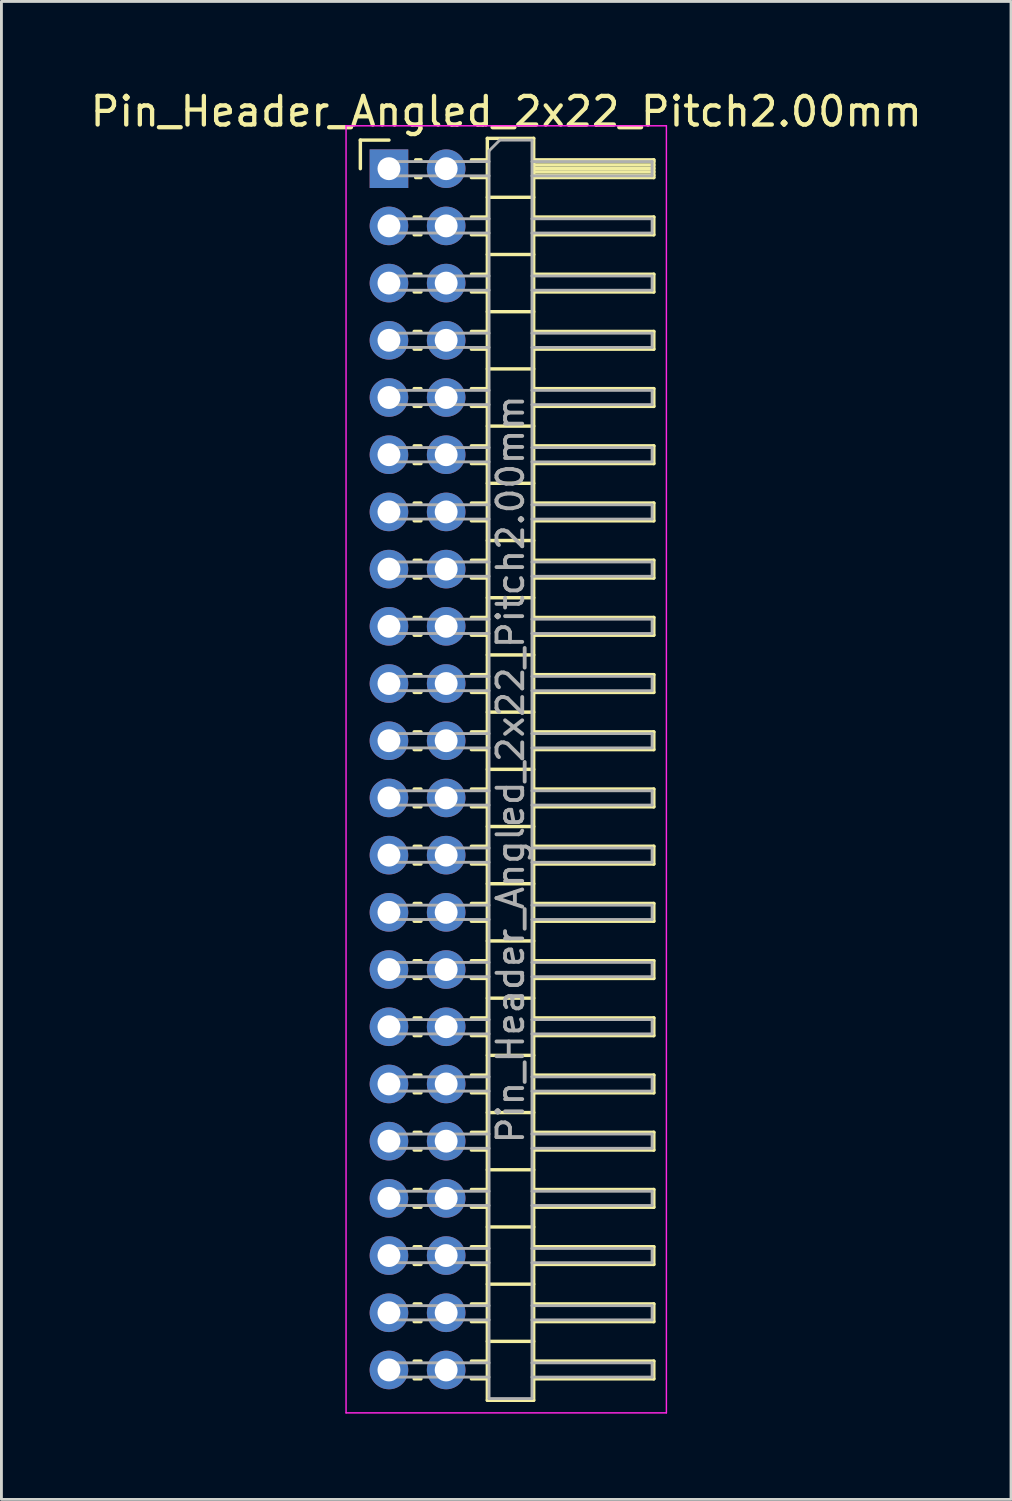
<source format=kicad_pcb>
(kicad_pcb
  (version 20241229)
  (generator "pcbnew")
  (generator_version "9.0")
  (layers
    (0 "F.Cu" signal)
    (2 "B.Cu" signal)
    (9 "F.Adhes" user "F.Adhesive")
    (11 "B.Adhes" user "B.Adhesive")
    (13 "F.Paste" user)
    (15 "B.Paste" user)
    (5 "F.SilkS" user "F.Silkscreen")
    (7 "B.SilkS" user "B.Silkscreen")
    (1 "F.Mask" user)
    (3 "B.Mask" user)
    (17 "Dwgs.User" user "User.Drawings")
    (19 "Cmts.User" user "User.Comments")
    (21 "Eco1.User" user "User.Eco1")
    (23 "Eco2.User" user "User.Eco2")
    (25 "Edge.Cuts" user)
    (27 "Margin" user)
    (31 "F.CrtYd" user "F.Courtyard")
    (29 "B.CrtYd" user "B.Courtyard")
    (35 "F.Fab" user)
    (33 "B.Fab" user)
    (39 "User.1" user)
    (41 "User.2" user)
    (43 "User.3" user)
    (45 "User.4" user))
  (footprint "Pin_Header_Angled_2x22_Pitch2.00mm"
    (layer "F.Cu")
    (at 10.549 2.848)
    (property "Reference" "Pin_Header_Angled_2x22_Pitch2.00mm" (at 4.1 -2 0) (layer "F.SilkS") (effects (font (size 1 1) (thickness 0.15))))
    (attr through_hole)
    (fp_line (start -1 -1) (end 0 -1) (stroke (width 0.12) (type solid)) (layer "F.SilkS"))
    (fp_line (start -1 0) (end -1 -1) (stroke (width 0.12) (type solid)) (layer "F.SilkS"))
    (fp_line (start 0.882 1.69) (end 1.118 1.69) (stroke (width 0.12) (type solid)) (layer "F.SilkS"))
    (fp_line (start 0.882 2.31) (end 1.118 2.31) (stroke (width 0.12) (type solid)) (layer "F.SilkS"))
    (fp_line (start 0.882 3.69) (end 1.118 3.69) (stroke (width 0.12) (type solid)) (layer "F.SilkS"))
    (fp_line (start 0.882 4.31) (end 1.118 4.31) (stroke (width 0.12) (type solid)) (layer "F.SilkS"))
    (fp_line (start 0.882 5.69) (end 1.118 5.69) (stroke (width 0.12) (type solid)) (layer "F.SilkS"))
    (fp_line (start 0.882 6.31) (end 1.118 6.31) (stroke (width 0.12) (type solid)) (layer "F.SilkS"))
    (fp_line (start 0.882 7.69) (end 1.118 7.69) (stroke (width 0.12) (type solid)) (layer "F.SilkS"))
    (fp_line (start 0.882 8.31) (end 1.118 8.31) (stroke (width 0.12) (type solid)) (layer "F.SilkS"))
    (fp_line (start 0.882 9.69) (end 1.118 9.69) (stroke (width 0.12) (type solid)) (layer "F.SilkS"))
    (fp_line (start 0.882 10.31) (end 1.118 10.31) (stroke (width 0.12) (type solid)) (layer "F.SilkS"))
    (fp_line (start 0.882 11.69) (end 1.118 11.69) (stroke (width 0.12) (type solid)) (layer "F.SilkS"))
    (fp_line (start 0.882 12.31) (end 1.118 12.31) (stroke (width 0.12) (type solid)) (layer "F.SilkS"))
    (fp_line (start 0.882 13.69) (end 1.118 13.69) (stroke (width 0.12) (type solid)) (layer "F.SilkS"))
    (fp_line (start 0.882 14.31) (end 1.118 14.31) (stroke (width 0.12) (type solid)) (layer "F.SilkS"))
    (fp_line (start 0.882 15.69) (end 1.118 15.69) (stroke (width 0.12) (type solid)) (layer "F.SilkS"))
    (fp_line (start 0.882 16.31) (end 1.118 16.31) (stroke (width 0.12) (type solid)) (layer "F.SilkS"))
    (fp_line (start 0.882 17.69) (end 1.118 17.69) (stroke (width 0.12) (type solid)) (layer "F.SilkS"))
    (fp_line (start 0.882 18.31) (end 1.118 18.31) (stroke (width 0.12) (type solid)) (layer "F.SilkS"))
    (fp_line (start 0.882 19.69) (end 1.118 19.69) (stroke (width 0.12) (type solid)) (layer "F.SilkS"))
    (fp_line (start 0.882 20.31) (end 1.118 20.31) (stroke (width 0.12) (type solid)) (layer "F.SilkS"))
    (fp_line (start 0.882 21.69) (end 1.118 21.69) (stroke (width 0.12) (type solid)) (layer "F.SilkS"))
    (fp_line (start 0.882 22.31) (end 1.118 22.31) (stroke (width 0.12) (type solid)) (layer "F.SilkS"))
    (fp_line (start 0.882 23.69) (end 1.118 23.69) (stroke (width 0.12) (type solid)) (layer "F.SilkS"))
    (fp_line (start 0.882 24.31) (end 1.118 24.31) (stroke (width 0.12) (type solid)) (layer "F.SilkS"))
    (fp_line (start 0.882 25.69) (end 1.118 25.69) (stroke (width 0.12) (type solid)) (layer "F.SilkS"))
    (fp_line (start 0.882 26.31) (end 1.118 26.31) (stroke (width 0.12) (type solid)) (layer "F.SilkS"))
    (fp_line (start 0.882 27.69) (end 1.118 27.69) (stroke (width 0.12) (type solid)) (layer "F.SilkS"))
    (fp_line (start 0.882 28.31) (end 1.118 28.31) (stroke (width 0.12) (type solid)) (layer "F.SilkS"))
    (fp_line (start 0.882 29.69) (end 1.118 29.69) (stroke (width 0.12) (type solid)) (layer "F.SilkS"))
    (fp_line (start 0.882 30.31) (end 1.118 30.31) (stroke (width 0.12) (type solid)) (layer "F.SilkS"))
    (fp_line (start 0.882 31.69) (end 1.118 31.69) (stroke (width 0.12) (type solid)) (layer "F.SilkS"))
    (fp_line (start 0.882 32.31) (end 1.118 32.31) (stroke (width 0.12) (type solid)) (layer "F.SilkS"))
    (fp_line (start 0.882 33.69) (end 1.118 33.69) (stroke (width 0.12) (type solid)) (layer "F.SilkS"))
    (fp_line (start 0.882 34.31) (end 1.118 34.31) (stroke (width 0.12) (type solid)) (layer "F.SilkS"))
    (fp_line (start 0.882 35.69) (end 1.118 35.69) (stroke (width 0.12) (type solid)) (layer "F.SilkS"))
    (fp_line (start 0.882 36.31) (end 1.118 36.31) (stroke (width 0.12) (type solid)) (layer "F.SilkS"))
    (fp_line (start 0.882 37.69) (end 1.118 37.69) (stroke (width 0.12) (type solid)) (layer "F.SilkS"))
    (fp_line (start 0.882 38.31) (end 1.118 38.31) (stroke (width 0.12) (type solid)) (layer "F.SilkS"))
    (fp_line (start 0.882 39.69) (end 1.118 39.69) (stroke (width 0.12) (type solid)) (layer "F.SilkS"))
    (fp_line (start 0.882 40.31) (end 1.118 40.31) (stroke (width 0.12) (type solid)) (layer "F.SilkS"))
    (fp_line (start 0.882 41.69) (end 1.118 41.69) (stroke (width 0.12) (type solid)) (layer "F.SilkS"))
    (fp_line (start 0.882 42.31) (end 1.118 42.31) (stroke (width 0.12) (type solid)) (layer "F.SilkS"))
    (fp_line (start 0.935 -0.31) (end 1.118 -0.31) (stroke (width 0.12) (type solid)) (layer "F.SilkS"))
    (fp_line (start 0.935 0.31) (end 1.118 0.31) (stroke (width 0.12) (type solid)) (layer "F.SilkS"))
    (fp_line (start 2.882 -0.31) (end 3.44 -0.31) (stroke (width 0.12) (type solid)) (layer "F.SilkS"))
    (fp_line (start 2.882 0.31) (end 3.44 0.31) (stroke (width 0.12) (type solid)) (layer "F.SilkS"))
    (fp_line (start 2.882 1.69) (end 3.44 1.69) (stroke (width 0.12) (type solid)) (layer "F.SilkS"))
    (fp_line (start 2.882 2.31) (end 3.44 2.31) (stroke (width 0.12) (type solid)) (layer "F.SilkS"))
    (fp_line (start 2.882 3.69) (end 3.44 3.69) (stroke (width 0.12) (type solid)) (layer "F.SilkS"))
    (fp_line (start 2.882 4.31) (end 3.44 4.31) (stroke (width 0.12) (type solid)) (layer "F.SilkS"))
    (fp_line (start 2.882 5.69) (end 3.44 5.69) (stroke (width 0.12) (type solid)) (layer "F.SilkS"))
    (fp_line (start 2.882 6.31) (end 3.44 6.31) (stroke (width 0.12) (type solid)) (layer "F.SilkS"))
    (fp_line (start 2.882 7.69) (end 3.44 7.69) (stroke (width 0.12) (type solid)) (layer "F.SilkS"))
    (fp_line (start 2.882 8.31) (end 3.44 8.31) (stroke (width 0.12) (type solid)) (layer "F.SilkS"))
    (fp_line (start 2.882 9.69) (end 3.44 9.69) (stroke (width 0.12) (type solid)) (layer "F.SilkS"))
    (fp_line (start 2.882 10.31) (end 3.44 10.31) (stroke (width 0.12) (type solid)) (layer "F.SilkS"))
    (fp_line (start 2.882 11.69) (end 3.44 11.69) (stroke (width 0.12) (type solid)) (layer "F.SilkS"))
    (fp_line (start 2.882 12.31) (end 3.44 12.31) (stroke (width 0.12) (type solid)) (layer "F.SilkS"))
    (fp_line (start 2.882 13.69) (end 3.44 13.69) (stroke (width 0.12) (type solid)) (layer "F.SilkS"))
    (fp_line (start 2.882 14.31) (end 3.44 14.31) (stroke (width 0.12) (type solid)) (layer "F.SilkS"))
    (fp_line (start 2.882 15.69) (end 3.44 15.69) (stroke (width 0.12) (type solid)) (layer "F.SilkS"))
    (fp_line (start 2.882 16.31) (end 3.44 16.31) (stroke (width 0.12) (type solid)) (layer "F.SilkS"))
    (fp_line (start 2.882 17.69) (end 3.44 17.69) (stroke (width 0.12) (type solid)) (layer "F.SilkS"))
    (fp_line (start 2.882 18.31) (end 3.44 18.31) (stroke (width 0.12) (type solid)) (layer "F.SilkS"))
    (fp_line (start 2.882 19.69) (end 3.44 19.69) (stroke (width 0.12) (type solid)) (layer "F.SilkS"))
    (fp_line (start 2.882 20.31) (end 3.44 20.31) (stroke (width 0.12) (type solid)) (layer "F.SilkS"))
    (fp_line (start 2.882 21.69) (end 3.44 21.69) (stroke (width 0.12) (type solid)) (layer "F.SilkS"))
    (fp_line (start 2.882 22.31) (end 3.44 22.31) (stroke (width 0.12) (type solid)) (layer "F.SilkS"))
    (fp_line (start 2.882 23.69) (end 3.44 23.69) (stroke (width 0.12) (type solid)) (layer "F.SilkS"))
    (fp_line (start 2.882 24.31) (end 3.44 24.31) (stroke (width 0.12) (type solid)) (layer "F.SilkS"))
    (fp_line (start 2.882 25.69) (end 3.44 25.69) (stroke (width 0.12) (type solid)) (layer "F.SilkS"))
    (fp_line (start 2.882 26.31) (end 3.44 26.31) (stroke (width 0.12) (type solid)) (layer "F.SilkS"))
    (fp_line (start 2.882 27.69) (end 3.44 27.69) (stroke (width 0.12) (type solid)) (layer "F.SilkS"))
    (fp_line (start 2.882 28.31) (end 3.44 28.31) (stroke (width 0.12) (type solid)) (layer "F.SilkS"))
    (fp_line (start 2.882 29.69) (end 3.44 29.69) (stroke (width 0.12) (type solid)) (layer "F.SilkS"))
    (fp_line (start 2.882 30.31) (end 3.44 30.31) (stroke (width 0.12) (type solid)) (layer "F.SilkS"))
    (fp_line (start 2.882 31.69) (end 3.44 31.69) (stroke (width 0.12) (type solid)) (layer "F.SilkS"))
    (fp_line (start 2.882 32.31) (end 3.44 32.31) (stroke (width 0.12) (type solid)) (layer "F.SilkS"))
    (fp_line (start 2.882 33.69) (end 3.44 33.69) (stroke (width 0.12) (type solid)) (layer "F.SilkS"))
    (fp_line (start 2.882 34.31) (end 3.44 34.31) (stroke (width 0.12) (type solid)) (layer "F.SilkS"))
    (fp_line (start 2.882 35.69) (end 3.44 35.69) (stroke (width 0.12) (type solid)) (layer "F.SilkS"))
    (fp_line (start 2.882 36.31) (end 3.44 36.31) (stroke (width 0.12) (type solid)) (layer "F.SilkS"))
    (fp_line (start 2.882 37.69) (end 3.44 37.69) (stroke (width 0.12) (type solid)) (layer "F.SilkS"))
    (fp_line (start 2.882 38.31) (end 3.44 38.31) (stroke (width 0.12) (type solid)) (layer "F.SilkS"))
    (fp_line (start 2.882 39.69) (end 3.44 39.69) (stroke (width 0.12) (type solid)) (layer "F.SilkS"))
    (fp_line (start 2.882 40.31) (end 3.44 40.31) (stroke (width 0.12) (type solid)) (layer "F.SilkS"))
    (fp_line (start 2.882 41.69) (end 3.44 41.69) (stroke (width 0.12) (type solid)) (layer "F.SilkS"))
    (fp_line (start 2.882 42.31) (end 3.44 42.31) (stroke (width 0.12) (type solid)) (layer "F.SilkS"))
    (fp_line (start 3.44 -1.06) (end 3.44 43.06) (stroke (width 0.12) (type solid)) (layer "F.SilkS"))
    (fp_line (start 3.44 1) (end 5.06 1) (stroke (width 0.12) (type solid)) (layer "F.SilkS"))
    (fp_line (start 3.44 3) (end 5.06 3) (stroke (width 0.12) (type solid)) (layer "F.SilkS"))
    (fp_line (start 3.44 5) (end 5.06 5) (stroke (width 0.12) (type solid)) (layer "F.SilkS"))
    (fp_line (start 3.44 7) (end 5.06 7) (stroke (width 0.12) (type solid)) (layer "F.SilkS"))
    (fp_line (start 3.44 9) (end 5.06 9) (stroke (width 0.12) (type solid)) (layer "F.SilkS"))
    (fp_line (start 3.44 11) (end 5.06 11) (stroke (width 0.12) (type solid)) (layer "F.SilkS"))
    (fp_line (start 3.44 13) (end 5.06 13) (stroke (width 0.12) (type solid)) (layer "F.SilkS"))
    (fp_line (start 3.44 15) (end 5.06 15) (stroke (width 0.12) (type solid)) (layer "F.SilkS"))
    (fp_line (start 3.44 17) (end 5.06 17) (stroke (width 0.12) (type solid)) (layer "F.SilkS"))
    (fp_line (start 3.44 19) (end 5.06 19) (stroke (width 0.12) (type solid)) (layer "F.SilkS"))
    (fp_line (start 3.44 21) (end 5.06 21) (stroke (width 0.12) (type solid)) (layer "F.SilkS"))
    (fp_line (start 3.44 23) (end 5.06 23) (stroke (width 0.12) (type solid)) (layer "F.SilkS"))
    (fp_line (start 3.44 25) (end 5.06 25) (stroke (width 0.12) (type solid)) (layer "F.SilkS"))
    (fp_line (start 3.44 27) (end 5.06 27) (stroke (width 0.12) (type solid)) (layer "F.SilkS"))
    (fp_line (start 3.44 29) (end 5.06 29) (stroke (width 0.12) (type solid)) (layer "F.SilkS"))
    (fp_line (start 3.44 31) (end 5.06 31) (stroke (width 0.12) (type solid)) (layer "F.SilkS"))
    (fp_line (start 3.44 33) (end 5.06 33) (stroke (width 0.12) (type solid)) (layer "F.SilkS"))
    (fp_line (start 3.44 35) (end 5.06 35) (stroke (width 0.12) (type solid)) (layer "F.SilkS"))
    (fp_line (start 3.44 37) (end 5.06 37) (stroke (width 0.12) (type solid)) (layer "F.SilkS"))
    (fp_line (start 3.44 39) (end 5.06 39) (stroke (width 0.12) (type solid)) (layer "F.SilkS"))
    (fp_line (start 3.44 41) (end 5.06 41) (stroke (width 0.12) (type solid)) (layer "F.SilkS"))
    (fp_line (start 3.44 43.06) (end 5.06 43.06) (stroke (width 0.12) (type solid)) (layer "F.SilkS"))
    (fp_line (start 5.06 -1.06) (end 3.44 -1.06) (stroke (width 0.12) (type solid)) (layer "F.SilkS"))
    (fp_line (start 5.06 -0.31) (end 9.26 -0.31) (stroke (width 0.12) (type solid)) (layer "F.SilkS"))
    (fp_line (start 5.06 -0.25) (end 9.26 -0.25) (stroke (width 0.12) (type solid)) (layer "F.SilkS"))
    (fp_line (start 5.06 -0.13) (end 9.26 -0.13) (stroke (width 0.12) (type solid)) (layer "F.SilkS"))
    (fp_line (start 5.06 -0.01) (end 9.26 -0.01) (stroke (width 0.12) (type solid)) (layer "F.SilkS"))
    (fp_line (start 5.06 0.11) (end 9.26 0.11) (stroke (width 0.12) (type solid)) (layer "F.SilkS"))
    (fp_line (start 5.06 0.23) (end 9.26 0.23) (stroke (width 0.12) (type solid)) (layer "F.SilkS"))
    (fp_line (start 5.06 1.69) (end 9.26 1.69) (stroke (width 0.12) (type solid)) (layer "F.SilkS"))
    (fp_line (start 5.06 3.69) (end 9.26 3.69) (stroke (width 0.12) (type solid)) (layer "F.SilkS"))
    (fp_line (start 5.06 5.69) (end 9.26 5.69) (stroke (width 0.12) (type solid)) (layer "F.SilkS"))
    (fp_line (start 5.06 7.69) (end 9.26 7.69) (stroke (width 0.12) (type solid)) (layer "F.SilkS"))
    (fp_line (start 5.06 9.69) (end 9.26 9.69) (stroke (width 0.12) (type solid)) (layer "F.SilkS"))
    (fp_line (start 5.06 11.69) (end 9.26 11.69) (stroke (width 0.12) (type solid)) (layer "F.SilkS"))
    (fp_line (start 5.06 13.69) (end 9.26 13.69) (stroke (width 0.12) (type solid)) (layer "F.SilkS"))
    (fp_line (start 5.06 15.69) (end 9.26 15.69) (stroke (width 0.12) (type solid)) (layer "F.SilkS"))
    (fp_line (start 5.06 17.69) (end 9.26 17.69) (stroke (width 0.12) (type solid)) (layer "F.SilkS"))
    (fp_line (start 5.06 19.69) (end 9.26 19.69) (stroke (width 0.12) (type solid)) (layer "F.SilkS"))
    (fp_line (start 5.06 21.69) (end 9.26 21.69) (stroke (width 0.12) (type solid)) (layer "F.SilkS"))
    (fp_line (start 5.06 23.69) (end 9.26 23.69) (stroke (width 0.12) (type solid)) (layer "F.SilkS"))
    (fp_line (start 5.06 25.69) (end 9.26 25.69) (stroke (width 0.12) (type solid)) (layer "F.SilkS"))
    (fp_line (start 5.06 27.69) (end 9.26 27.69) (stroke (width 0.12) (type solid)) (layer "F.SilkS"))
    (fp_line (start 5.06 29.69) (end 9.26 29.69) (stroke (width 0.12) (type solid)) (layer "F.SilkS"))
    (fp_line (start 5.06 31.69) (end 9.26 31.69) (stroke (width 0.12) (type solid)) (layer "F.SilkS"))
    (fp_line (start 5.06 33.69) (end 9.26 33.69) (stroke (width 0.12) (type solid)) (layer "F.SilkS"))
    (fp_line (start 5.06 35.69) (end 9.26 35.69) (stroke (width 0.12) (type solid)) (layer "F.SilkS"))
    (fp_line (start 5.06 37.69) (end 9.26 37.69) (stroke (width 0.12) (type solid)) (layer "F.SilkS"))
    (fp_line (start 5.06 39.69) (end 9.26 39.69) (stroke (width 0.12) (type solid)) (layer "F.SilkS"))
    (fp_line (start 5.06 41.69) (end 9.26 41.69) (stroke (width 0.12) (type solid)) (layer "F.SilkS"))
    (fp_line (start 5.06 43.06) (end 5.06 -1.06) (stroke (width 0.12) (type solid)) (layer "F.SilkS"))
    (fp_line (start 9.26 -0.31) (end 9.26 0.31) (stroke (width 0.12) (type solid)) (layer "F.SilkS"))
    (fp_line (start 9.26 0.31) (end 5.06 0.31) (stroke (width 0.12) (type solid)) (layer "F.SilkS"))
    (fp_line (start 9.26 1.69) (end 9.26 2.31) (stroke (width 0.12) (type solid)) (layer "F.SilkS"))
    (fp_line (start 9.26 2.31) (end 5.06 2.31) (stroke (width 0.12) (type solid)) (layer "F.SilkS"))
    (fp_line (start 9.26 3.69) (end 9.26 4.31) (stroke (width 0.12) (type solid)) (layer "F.SilkS"))
    (fp_line (start 9.26 4.31) (end 5.06 4.31) (stroke (width 0.12) (type solid)) (layer "F.SilkS"))
    (fp_line (start 9.26 5.69) (end 9.26 6.31) (stroke (width 0.12) (type solid)) (layer "F.SilkS"))
    (fp_line (start 9.26 6.31) (end 5.06 6.31) (stroke (width 0.12) (type solid)) (layer "F.SilkS"))
    (fp_line (start 9.26 7.69) (end 9.26 8.31) (stroke (width 0.12) (type solid)) (layer "F.SilkS"))
    (fp_line (start 9.26 8.31) (end 5.06 8.31) (stroke (width 0.12) (type solid)) (layer "F.SilkS"))
    (fp_line (start 9.26 9.69) (end 9.26 10.31) (stroke (width 0.12) (type solid)) (layer "F.SilkS"))
    (fp_line (start 9.26 10.31) (end 5.06 10.31) (stroke (width 0.12) (type solid)) (layer "F.SilkS"))
    (fp_line (start 9.26 11.69) (end 9.26 12.31) (stroke (width 0.12) (type solid)) (layer "F.SilkS"))
    (fp_line (start 9.26 12.31) (end 5.06 12.31) (stroke (width 0.12) (type solid)) (layer "F.SilkS"))
    (fp_line (start 9.26 13.69) (end 9.26 14.31) (stroke (width 0.12) (type solid)) (layer "F.SilkS"))
    (fp_line (start 9.26 14.31) (end 5.06 14.31) (stroke (width 0.12) (type solid)) (layer "F.SilkS"))
    (fp_line (start 9.26 15.69) (end 9.26 16.31) (stroke (width 0.12) (type solid)) (layer "F.SilkS"))
    (fp_line (start 9.26 16.31) (end 5.06 16.31) (stroke (width 0.12) (type solid)) (layer "F.SilkS"))
    (fp_line (start 9.26 17.69) (end 9.26 18.31) (stroke (width 0.12) (type solid)) (layer "F.SilkS"))
    (fp_line (start 9.26 18.31) (end 5.06 18.31) (stroke (width 0.12) (type solid)) (layer "F.SilkS"))
    (fp_line (start 9.26 19.69) (end 9.26 20.31) (stroke (width 0.12) (type solid)) (layer "F.SilkS"))
    (fp_line (start 9.26 20.31) (end 5.06 20.31) (stroke (width 0.12) (type solid)) (layer "F.SilkS"))
    (fp_line (start 9.26 21.69) (end 9.26 22.31) (stroke (width 0.12) (type solid)) (layer "F.SilkS"))
    (fp_line (start 9.26 22.31) (end 5.06 22.31) (stroke (width 0.12) (type solid)) (layer "F.SilkS"))
    (fp_line (start 9.26 23.69) (end 9.26 24.31) (stroke (width 0.12) (type solid)) (layer "F.SilkS"))
    (fp_line (start 9.26 24.31) (end 5.06 24.31) (stroke (width 0.12) (type solid)) (layer "F.SilkS"))
    (fp_line (start 9.26 25.69) (end 9.26 26.31) (stroke (width 0.12) (type solid)) (layer "F.SilkS"))
    (fp_line (start 9.26 26.31) (end 5.06 26.31) (stroke (width 0.12) (type solid)) (layer "F.SilkS"))
    (fp_line (start 9.26 27.69) (end 9.26 28.31) (stroke (width 0.12) (type solid)) (layer "F.SilkS"))
    (fp_line (start 9.26 28.31) (end 5.06 28.31) (stroke (width 0.12) (type solid)) (layer "F.SilkS"))
    (fp_line (start 9.26 29.69) (end 9.26 30.31) (stroke (width 0.12) (type solid)) (layer "F.SilkS"))
    (fp_line (start 9.26 30.31) (end 5.06 30.31) (stroke (width 0.12) (type solid)) (layer "F.SilkS"))
    (fp_line (start 9.26 31.69) (end 9.26 32.31) (stroke (width 0.12) (type solid)) (layer "F.SilkS"))
    (fp_line (start 9.26 32.31) (end 5.06 32.31) (stroke (width 0.12) (type solid)) (layer "F.SilkS"))
    (fp_line (start 9.26 33.69) (end 9.26 34.31) (stroke (width 0.12) (type solid)) (layer "F.SilkS"))
    (fp_line (start 9.26 34.31) (end 5.06 34.31) (stroke (width 0.12) (type solid)) (layer "F.SilkS"))
    (fp_line (start 9.26 35.69) (end 9.26 36.31) (stroke (width 0.12) (type solid)) (layer "F.SilkS"))
    (fp_line (start 9.26 36.31) (end 5.06 36.31) (stroke (width 0.12) (type solid)) (layer "F.SilkS"))
    (fp_line (start 9.26 37.69) (end 9.26 38.31) (stroke (width 0.12) (type solid)) (layer "F.SilkS"))
    (fp_line (start 9.26 38.31) (end 5.06 38.31) (stroke (width 0.12) (type solid)) (layer "F.SilkS"))
    (fp_line (start 9.26 39.69) (end 9.26 40.31) (stroke (width 0.12) (type solid)) (layer "F.SilkS"))
    (fp_line (start 9.26 40.31) (end 5.06 40.31) (stroke (width 0.12) (type solid)) (layer "F.SilkS"))
    (fp_line (start 9.26 41.69) (end 9.26 42.31) (stroke (width 0.12) (type solid)) (layer "F.SilkS"))
    (fp_line (start 9.26 42.31) (end 5.06 42.31) (stroke (width 0.12) (type solid)) (layer "F.SilkS"))
    (fp_line (start -1.5 -1.5) (end -1.5 43.5) (stroke (width 0.05) (type solid)) (layer "F.CrtYd"))
    (fp_line (start -1.5 43.5) (end 9.7 43.5) (stroke (width 0.05) (type solid)) (layer "F.CrtYd"))
    (fp_line (start 9.7 -1.5) (end -1.5 -1.5) (stroke (width 0.05) (type solid)) (layer "F.CrtYd"))
    (fp_line (start 9.7 43.5) (end 9.7 -1.5) (stroke (width 0.05) (type solid)) (layer "F.CrtYd"))
    (fp_line (start -0.25 -0.25) (end -0.25 0.25) (stroke (width 0.1) (type solid)) (layer "F.Fab"))
    (fp_line (start -0.25 -0.25) (end 3.5 -0.25) (stroke (width 0.1) (type solid)) (layer "F.Fab"))
    (fp_line (start -0.25 0.25) (end 3.5 0.25) (stroke (width 0.1) (type solid)) (layer "F.Fab"))
    (fp_line (start -0.25 1.75) (end -0.25 2.25) (stroke (width 0.1) (type solid)) (layer "F.Fab"))
    (fp_line (start -0.25 1.75) (end 3.5 1.75) (stroke (width 0.1) (type solid)) (layer "F.Fab"))
    (fp_line (start -0.25 2.25) (end 3.5 2.25) (stroke (width 0.1) (type solid)) (layer "F.Fab"))
    (fp_line (start -0.25 3.75) (end -0.25 4.25) (stroke (width 0.1) (type solid)) (layer "F.Fab"))
    (fp_line (start -0.25 3.75) (end 3.5 3.75) (stroke (width 0.1) (type solid)) (layer "F.Fab"))
    (fp_line (start -0.25 4.25) (end 3.5 4.25) (stroke (width 0.1) (type solid)) (layer "F.Fab"))
    (fp_line (start -0.25 5.75) (end -0.25 6.25) (stroke (width 0.1) (type solid)) (layer "F.Fab"))
    (fp_line (start -0.25 5.75) (end 3.5 5.75) (stroke (width 0.1) (type solid)) (layer "F.Fab"))
    (fp_line (start -0.25 6.25) (end 3.5 6.25) (stroke (width 0.1) (type solid)) (layer "F.Fab"))
    (fp_line (start -0.25 7.75) (end -0.25 8.25) (stroke (width 0.1) (type solid)) (layer "F.Fab"))
    (fp_line (start -0.25 7.75) (end 3.5 7.75) (stroke (width 0.1) (type solid)) (layer "F.Fab"))
    (fp_line (start -0.25 8.25) (end 3.5 8.25) (stroke (width 0.1) (type solid)) (layer "F.Fab"))
    (fp_line (start -0.25 9.75) (end -0.25 10.25) (stroke (width 0.1) (type solid)) (layer "F.Fab"))
    (fp_line (start -0.25 9.75) (end 3.5 9.75) (stroke (width 0.1) (type solid)) (layer "F.Fab"))
    (fp_line (start -0.25 10.25) (end 3.5 10.25) (stroke (width 0.1) (type solid)) (layer "F.Fab"))
    (fp_line (start -0.25 11.75) (end -0.25 12.25) (stroke (width 0.1) (type solid)) (layer "F.Fab"))
    (fp_line (start -0.25 11.75) (end 3.5 11.75) (stroke (width 0.1) (type solid)) (layer "F.Fab"))
    (fp_line (start -0.25 12.25) (end 3.5 12.25) (stroke (width 0.1) (type solid)) (layer "F.Fab"))
    (fp_line (start -0.25 13.75) (end -0.25 14.25) (stroke (width 0.1) (type solid)) (layer "F.Fab"))
    (fp_line (start -0.25 13.75) (end 3.5 13.75) (stroke (width 0.1) (type solid)) (layer "F.Fab"))
    (fp_line (start -0.25 14.25) (end 3.5 14.25) (stroke (width 0.1) (type solid)) (layer "F.Fab"))
    (fp_line (start -0.25 15.75) (end -0.25 16.25) (stroke (width 0.1) (type solid)) (layer "F.Fab"))
    (fp_line (start -0.25 15.75) (end 3.5 15.75) (stroke (width 0.1) (type solid)) (layer "F.Fab"))
    (fp_line (start -0.25 16.25) (end 3.5 16.25) (stroke (width 0.1) (type solid)) (layer "F.Fab"))
    (fp_line (start -0.25 17.75) (end -0.25 18.25) (stroke (width 0.1) (type solid)) (layer "F.Fab"))
    (fp_line (start -0.25 17.75) (end 3.5 17.75) (stroke (width 0.1) (type solid)) (layer "F.Fab"))
    (fp_line (start -0.25 18.25) (end 3.5 18.25) (stroke (width 0.1) (type solid)) (layer "F.Fab"))
    (fp_line (start -0.25 19.75) (end -0.25 20.25) (stroke (width 0.1) (type solid)) (layer "F.Fab"))
    (fp_line (start -0.25 19.75) (end 3.5 19.75) (stroke (width 0.1) (type solid)) (layer "F.Fab"))
    (fp_line (start -0.25 20.25) (end 3.5 20.25) (stroke (width 0.1) (type solid)) (layer "F.Fab"))
    (fp_line (start -0.25 21.75) (end -0.25 22.25) (stroke (width 0.1) (type solid)) (layer "F.Fab"))
    (fp_line (start -0.25 21.75) (end 3.5 21.75) (stroke (width 0.1) (type solid)) (layer "F.Fab"))
    (fp_line (start -0.25 22.25) (end 3.5 22.25) (stroke (width 0.1) (type solid)) (layer "F.Fab"))
    (fp_line (start -0.25 23.75) (end -0.25 24.25) (stroke (width 0.1) (type solid)) (layer "F.Fab"))
    (fp_line (start -0.25 23.75) (end 3.5 23.75) (stroke (width 0.1) (type solid)) (layer "F.Fab"))
    (fp_line (start -0.25 24.25) (end 3.5 24.25) (stroke (width 0.1) (type solid)) (layer "F.Fab"))
    (fp_line (start -0.25 25.75) (end -0.25 26.25) (stroke (width 0.1) (type solid)) (layer "F.Fab"))
    (fp_line (start -0.25 25.75) (end 3.5 25.75) (stroke (width 0.1) (type solid)) (layer "F.Fab"))
    (fp_line (start -0.25 26.25) (end 3.5 26.25) (stroke (width 0.1) (type solid)) (layer "F.Fab"))
    (fp_line (start -0.25 27.75) (end -0.25 28.25) (stroke (width 0.1) (type solid)) (layer "F.Fab"))
    (fp_line (start -0.25 27.75) (end 3.5 27.75) (stroke (width 0.1) (type solid)) (layer "F.Fab"))
    (fp_line (start -0.25 28.25) (end 3.5 28.25) (stroke (width 0.1) (type solid)) (layer "F.Fab"))
    (fp_line (start -0.25 29.75) (end -0.25 30.25) (stroke (width 0.1) (type solid)) (layer "F.Fab"))
    (fp_line (start -0.25 29.75) (end 3.5 29.75) (stroke (width 0.1) (type solid)) (layer "F.Fab"))
    (fp_line (start -0.25 30.25) (end 3.5 30.25) (stroke (width 0.1) (type solid)) (layer "F.Fab"))
    (fp_line (start -0.25 31.75) (end -0.25 32.25) (stroke (width 0.1) (type solid)) (layer "F.Fab"))
    (fp_line (start -0.25 31.75) (end 3.5 31.75) (stroke (width 0.1) (type solid)) (layer "F.Fab"))
    (fp_line (start -0.25 32.25) (end 3.5 32.25) (stroke (width 0.1) (type solid)) (layer "F.Fab"))
    (fp_line (start -0.25 33.75) (end -0.25 34.25) (stroke (width 0.1) (type solid)) (layer "F.Fab"))
    (fp_line (start -0.25 33.75) (end 3.5 33.75) (stroke (width 0.1) (type solid)) (layer "F.Fab"))
    (fp_line (start -0.25 34.25) (end 3.5 34.25) (stroke (width 0.1) (type solid)) (layer "F.Fab"))
    (fp_line (start -0.25 35.75) (end -0.25 36.25) (stroke (width 0.1) (type solid)) (layer "F.Fab"))
    (fp_line (start -0.25 35.75) (end 3.5 35.75) (stroke (width 0.1) (type solid)) (layer "F.Fab"))
    (fp_line (start -0.25 36.25) (end 3.5 36.25) (stroke (width 0.1) (type solid)) (layer "F.Fab"))
    (fp_line (start -0.25 37.75) (end -0.25 38.25) (stroke (width 0.1) (type solid)) (layer "F.Fab"))
    (fp_line (start -0.25 37.75) (end 3.5 37.75) (stroke (width 0.1) (type solid)) (layer "F.Fab"))
    (fp_line (start -0.25 38.25) (end 3.5 38.25) (stroke (width 0.1) (type solid)) (layer "F.Fab"))
    (fp_line (start -0.25 39.75) (end -0.25 40.25) (stroke (width 0.1) (type solid)) (layer "F.Fab"))
    (fp_line (start -0.25 39.75) (end 3.5 39.75) (stroke (width 0.1) (type solid)) (layer "F.Fab"))
    (fp_line (start -0.25 40.25) (end 3.5 40.25) (stroke (width 0.1) (type solid)) (layer "F.Fab"))
    (fp_line (start -0.25 41.75) (end -0.25 42.25) (stroke (width 0.1) (type solid)) (layer "F.Fab"))
    (fp_line (start -0.25 41.75) (end 3.5 41.75) (stroke (width 0.1) (type solid)) (layer "F.Fab"))
    (fp_line (start -0.25 42.25) (end 3.5 42.25) (stroke (width 0.1) (type solid)) (layer "F.Fab"))
    (fp_line (start 3.5 -0.625) (end 3.875 -1) (stroke (width 0.1) (type solid)) (layer "F.Fab"))
    (fp_line (start 3.5 43) (end 3.5 -0.625) (stroke (width 0.1) (type solid)) (layer "F.Fab"))
    (fp_line (start 3.875 -1) (end 5 -1) (stroke (width 0.1) (type solid)) (layer "F.Fab"))
    (fp_line (start 5 -1) (end 5 43) (stroke (width 0.1) (type solid)) (layer "F.Fab"))
    (fp_line (start 5 -0.25) (end 9.2 -0.25) (stroke (width 0.1) (type solid)) (layer "F.Fab"))
    (fp_line (start 5 0.25) (end 9.2 0.25) (stroke (width 0.1) (type solid)) (layer "F.Fab"))
    (fp_line (start 5 1.75) (end 9.2 1.75) (stroke (width 0.1) (type solid)) (layer "F.Fab"))
    (fp_line (start 5 2.25) (end 9.2 2.25) (stroke (width 0.1) (type solid)) (layer "F.Fab"))
    (fp_line (start 5 3.75) (end 9.2 3.75) (stroke (width 0.1) (type solid)) (layer "F.Fab"))
    (fp_line (start 5 4.25) (end 9.2 4.25) (stroke (width 0.1) (type solid)) (layer "F.Fab"))
    (fp_line (start 5 5.75) (end 9.2 5.75) (stroke (width 0.1) (type solid)) (layer "F.Fab"))
    (fp_line (start 5 6.25) (end 9.2 6.25) (stroke (width 0.1) (type solid)) (layer "F.Fab"))
    (fp_line (start 5 7.75) (end 9.2 7.75) (stroke (width 0.1) (type solid)) (layer "F.Fab"))
    (fp_line (start 5 8.25) (end 9.2 8.25) (stroke (width 0.1) (type solid)) (layer "F.Fab"))
    (fp_line (start 5 9.75) (end 9.2 9.75) (stroke (width 0.1) (type solid)) (layer "F.Fab"))
    (fp_line (start 5 10.25) (end 9.2 10.25) (stroke (width 0.1) (type solid)) (layer "F.Fab"))
    (fp_line (start 5 11.75) (end 9.2 11.75) (stroke (width 0.1) (type solid)) (layer "F.Fab"))
    (fp_line (start 5 12.25) (end 9.2 12.25) (stroke (width 0.1) (type solid)) (layer "F.Fab"))
    (fp_line (start 5 13.75) (end 9.2 13.75) (stroke (width 0.1) (type solid)) (layer "F.Fab"))
    (fp_line (start 5 14.25) (end 9.2 14.25) (stroke (width 0.1) (type solid)) (layer "F.Fab"))
    (fp_line (start 5 15.75) (end 9.2 15.75) (stroke (width 0.1) (type solid)) (layer "F.Fab"))
    (fp_line (start 5 16.25) (end 9.2 16.25) (stroke (width 0.1) (type solid)) (layer "F.Fab"))
    (fp_line (start 5 17.75) (end 9.2 17.75) (stroke (width 0.1) (type solid)) (layer "F.Fab"))
    (fp_line (start 5 18.25) (end 9.2 18.25) (stroke (width 0.1) (type solid)) (layer "F.Fab"))
    (fp_line (start 5 19.75) (end 9.2 19.75) (stroke (width 0.1) (type solid)) (layer "F.Fab"))
    (fp_line (start 5 20.25) (end 9.2 20.25) (stroke (width 0.1) (type solid)) (layer "F.Fab"))
    (fp_line (start 5 21.75) (end 9.2 21.75) (stroke (width 0.1) (type solid)) (layer "F.Fab"))
    (fp_line (start 5 22.25) (end 9.2 22.25) (stroke (width 0.1) (type solid)) (layer "F.Fab"))
    (fp_line (start 5 23.75) (end 9.2 23.75) (stroke (width 0.1) (type solid)) (layer "F.Fab"))
    (fp_line (start 5 24.25) (end 9.2 24.25) (stroke (width 0.1) (type solid)) (layer "F.Fab"))
    (fp_line (start 5 25.75) (end 9.2 25.75) (stroke (width 0.1) (type solid)) (layer "F.Fab"))
    (fp_line (start 5 26.25) (end 9.2 26.25) (stroke (width 0.1) (type solid)) (layer "F.Fab"))
    (fp_line (start 5 27.75) (end 9.2 27.75) (stroke (width 0.1) (type solid)) (layer "F.Fab"))
    (fp_line (start 5 28.25) (end 9.2 28.25) (stroke (width 0.1) (type solid)) (layer "F.Fab"))
    (fp_line (start 5 29.75) (end 9.2 29.75) (stroke (width 0.1) (type solid)) (layer "F.Fab"))
    (fp_line (start 5 30.25) (end 9.2 30.25) (stroke (width 0.1) (type solid)) (layer "F.Fab"))
    (fp_line (start 5 31.75) (end 9.2 31.75) (stroke (width 0.1) (type solid)) (layer "F.Fab"))
    (fp_line (start 5 32.25) (end 9.2 32.25) (stroke (width 0.1) (type solid)) (layer "F.Fab"))
    (fp_line (start 5 33.75) (end 9.2 33.75) (stroke (width 0.1) (type solid)) (layer "F.Fab"))
    (fp_line (start 5 34.25) (end 9.2 34.25) (stroke (width 0.1) (type solid)) (layer "F.Fab"))
    (fp_line (start 5 35.75) (end 9.2 35.75) (stroke (width 0.1) (type solid)) (layer "F.Fab"))
    (fp_line (start 5 36.25) (end 9.2 36.25) (stroke (width 0.1) (type solid)) (layer "F.Fab"))
    (fp_line (start 5 37.75) (end 9.2 37.75) (stroke (width 0.1) (type solid)) (layer "F.Fab"))
    (fp_line (start 5 38.25) (end 9.2 38.25) (stroke (width 0.1) (type solid)) (layer "F.Fab"))
    (fp_line (start 5 39.75) (end 9.2 39.75) (stroke (width 0.1) (type solid)) (layer "F.Fab"))
    (fp_line (start 5 40.25) (end 9.2 40.25) (stroke (width 0.1) (type solid)) (layer "F.Fab"))
    (fp_line (start 5 41.75) (end 9.2 41.75) (stroke (width 0.1) (type solid)) (layer "F.Fab"))
    (fp_line (start 5 42.25) (end 9.2 42.25) (stroke (width 0.1) (type solid)) (layer "F.Fab"))
    (fp_line (start 5 43) (end 3.5 43) (stroke (width 0.1) (type solid)) (layer "F.Fab"))
    (fp_line (start 9.2 -0.25) (end 9.2 0.25) (stroke (width 0.1) (type solid)) (layer "F.Fab"))
    (fp_line (start 9.2 1.75) (end 9.2 2.25) (stroke (width 0.1) (type solid)) (layer "F.Fab"))
    (fp_line (start 9.2 3.75) (end 9.2 4.25) (stroke (width 0.1) (type solid)) (layer "F.Fab"))
    (fp_line (start 9.2 5.75) (end 9.2 6.25) (stroke (width 0.1) (type solid)) (layer "F.Fab"))
    (fp_line (start 9.2 7.75) (end 9.2 8.25) (stroke (width 0.1) (type solid)) (layer "F.Fab"))
    (fp_line (start 9.2 9.75) (end 9.2 10.25) (stroke (width 0.1) (type solid)) (layer "F.Fab"))
    (fp_line (start 9.2 11.75) (end 9.2 12.25) (stroke (width 0.1) (type solid)) (layer "F.Fab"))
    (fp_line (start 9.2 13.75) (end 9.2 14.25) (stroke (width 0.1) (type solid)) (layer "F.Fab"))
    (fp_line (start 9.2 15.75) (end 9.2 16.25) (stroke (width 0.1) (type solid)) (layer "F.Fab"))
    (fp_line (start 9.2 17.75) (end 9.2 18.25) (stroke (width 0.1) (type solid)) (layer "F.Fab"))
    (fp_line (start 9.2 19.75) (end 9.2 20.25) (stroke (width 0.1) (type solid)) (layer "F.Fab"))
    (fp_line (start 9.2 21.75) (end 9.2 22.25) (stroke (width 0.1) (type solid)) (layer "F.Fab"))
    (fp_line (start 9.2 23.75) (end 9.2 24.25) (stroke (width 0.1) (type solid)) (layer "F.Fab"))
    (fp_line (start 9.2 25.75) (end 9.2 26.25) (stroke (width 0.1) (type solid)) (layer "F.Fab"))
    (fp_line (start 9.2 27.75) (end 9.2 28.25) (stroke (width 0.1) (type solid)) (layer "F.Fab"))
    (fp_line (start 9.2 29.75) (end 9.2 30.25) (stroke (width 0.1) (type solid)) (layer "F.Fab"))
    (fp_line (start 9.2 31.75) (end 9.2 32.25) (stroke (width 0.1) (type solid)) (layer "F.Fab"))
    (fp_line (start 9.2 33.75) (end 9.2 34.25) (stroke (width 0.1) (type solid)) (layer "F.Fab"))
    (fp_line (start 9.2 35.75) (end 9.2 36.25) (stroke (width 0.1) (type solid)) (layer "F.Fab"))
    (fp_line (start 9.2 37.75) (end 9.2 38.25) (stroke (width 0.1) (type solid)) (layer "F.Fab"))
    (fp_line (start 9.2 39.75) (end 9.2 40.25) (stroke (width 0.1) (type solid)) (layer "F.Fab"))
    (fp_line (start 9.2 41.75) (end 9.2 42.25) (stroke (width 0.1) (type solid)) (layer "F.Fab"))
    (fp_text user "${REFERENCE}" (at 4.25 21 90) (layer "F.Fab") (effects (font (size 0.9 0.9) (thickness 0.135))))
    (pad "1" thru_hole rect (at 0 0) (size 1.35 1.35) (drill 0.8) (layers "*.Cu" "*.Mask"))
    (pad "2" thru_hole oval (at 2 0) (size 1.35 1.35) (drill 0.8) (layers "*.Cu" "*.Mask"))
    (pad "3" thru_hole oval (at 0 2) (size 1.35 1.35) (drill 0.8) (layers "*.Cu" "*.Mask"))
    (pad "4" thru_hole oval (at 2 2) (size 1.35 1.35) (drill 0.8) (layers "*.Cu" "*.Mask"))
    (pad "5" thru_hole oval (at 0 4) (size 1.35 1.35) (drill 0.8) (layers "*.Cu" "*.Mask"))
    (pad "6" thru_hole oval (at 2 4) (size 1.35 1.35) (drill 0.8) (layers "*.Cu" "*.Mask"))
    (pad "7" thru_hole oval (at 0 6) (size 1.35 1.35) (drill 0.8) (layers "*.Cu" "*.Mask"))
    (pad "8" thru_hole oval (at 2 6) (size 1.35 1.35) (drill 0.8) (layers "*.Cu" "*.Mask"))
    (pad "9" thru_hole oval (at 0 8) (size 1.35 1.35) (drill 0.8) (layers "*.Cu" "*.Mask"))
    (pad "10" thru_hole oval (at 2 8) (size 1.35 1.35) (drill 0.8) (layers "*.Cu" "*.Mask"))
    (pad "11" thru_hole oval (at 0 10) (size 1.35 1.35) (drill 0.8) (layers "*.Cu" "*.Mask"))
    (pad "12" thru_hole oval (at 2 10) (size 1.35 1.35) (drill 0.8) (layers "*.Cu" "*.Mask"))
    (pad "13" thru_hole oval (at 0 12) (size 1.35 1.35) (drill 0.8) (layers "*.Cu" "*.Mask"))
    (pad "14" thru_hole oval (at 2 12) (size 1.35 1.35) (drill 0.8) (layers "*.Cu" "*.Mask"))
    (pad "15" thru_hole oval (at 0 14) (size 1.35 1.35) (drill 0.8) (layers "*.Cu" "*.Mask"))
    (pad "16" thru_hole oval (at 2 14) (size 1.35 1.35) (drill 0.8) (layers "*.Cu" "*.Mask"))
    (pad "17" thru_hole oval (at 0 16) (size 1.35 1.35) (drill 0.8) (layers "*.Cu" "*.Mask"))
    (pad "18" thru_hole oval (at 2 16) (size 1.35 1.35) (drill 0.8) (layers "*.Cu" "*.Mask"))
    (pad "19" thru_hole oval (at 0 18) (size 1.35 1.35) (drill 0.8) (layers "*.Cu" "*.Mask"))
    (pad "20" thru_hole oval (at 2 18) (size 1.35 1.35) (drill 0.8) (layers "*.Cu" "*.Mask"))
    (pad "21" thru_hole oval (at 0 20) (size 1.35 1.35) (drill 0.8) (layers "*.Cu" "*.Mask"))
    (pad "22" thru_hole oval (at 2 20) (size 1.35 1.35) (drill 0.8) (layers "*.Cu" "*.Mask"))
    (pad "23" thru_hole oval (at 0 22) (size 1.35 1.35) (drill 0.8) (layers "*.Cu" "*.Mask"))
    (pad "24" thru_hole oval (at 2 22) (size 1.35 1.35) (drill 0.8) (layers "*.Cu" "*.Mask"))
    (pad "25" thru_hole oval (at 0 24) (size 1.35 1.35) (drill 0.8) (layers "*.Cu" "*.Mask"))
    (pad "26" thru_hole oval (at 2 24) (size 1.35 1.35) (drill 0.8) (layers "*.Cu" "*.Mask"))
    (pad "27" thru_hole oval (at 0 26) (size 1.35 1.35) (drill 0.8) (layers "*.Cu" "*.Mask"))
    (pad "28" thru_hole oval (at 2 26) (size 1.35 1.35) (drill 0.8) (layers "*.Cu" "*.Mask"))
    (pad "29" thru_hole oval (at 0 28) (size 1.35 1.35) (drill 0.8) (layers "*.Cu" "*.Mask"))
    (pad "30" thru_hole oval (at 2 28) (size 1.35 1.35) (drill 0.8) (layers "*.Cu" "*.Mask"))
    (pad "31" thru_hole oval (at 0 30) (size 1.35 1.35) (drill 0.8) (layers "*.Cu" "*.Mask"))
    (pad "32" thru_hole oval (at 2 30) (size 1.35 1.35) (drill 0.8) (layers "*.Cu" "*.Mask"))
    (pad "33" thru_hole oval (at 0 32) (size 1.35 1.35) (drill 0.8) (layers "*.Cu" "*.Mask"))
    (pad "34" thru_hole oval (at 2 32) (size 1.35 1.35) (drill 0.8) (layers "*.Cu" "*.Mask"))
    (pad "35" thru_hole oval (at 0 34) (size 1.35 1.35) (drill 0.8) (layers "*.Cu" "*.Mask"))
    (pad "36" thru_hole oval (at 2 34) (size 1.35 1.35) (drill 0.8) (layers "*.Cu" "*.Mask"))
    (pad "37" thru_hole oval (at 0 36) (size 1.35 1.35) (drill 0.8) (layers "*.Cu" "*.Mask"))
    (pad "38" thru_hole oval (at 2 36) (size 1.35 1.35) (drill 0.8) (layers "*.Cu" "*.Mask"))
    (pad "39" thru_hole oval (at 0 38) (size 1.35 1.35) (drill 0.8) (layers "*.Cu" "*.Mask"))
    (pad "40" thru_hole oval (at 2 38) (size 1.35 1.35) (drill 0.8) (layers "*.Cu" "*.Mask"))
    (pad "41" thru_hole oval (at 0 40) (size 1.35 1.35) (drill 0.8) (layers "*.Cu" "*.Mask"))
    (pad "42" thru_hole oval (at 2 40) (size 1.35 1.35) (drill 0.8) (layers "*.Cu" "*.Mask"))
    (pad "43" thru_hole oval (at 0 42) (size 1.35 1.35) (drill 0.8) (layers "*.Cu" "*.Mask"))
    (pad "44" thru_hole oval (at 2 42) (size 1.35 1.35) (drill 0.8) (layers "*.Cu" "*.Mask")))
  (gr_rect
    (start -3 -3)
    (end 32.298 49.373)
    (stroke (width 0.1) (type default))
    (fill no)
    (layer "Edge.Cuts")))
</source>
